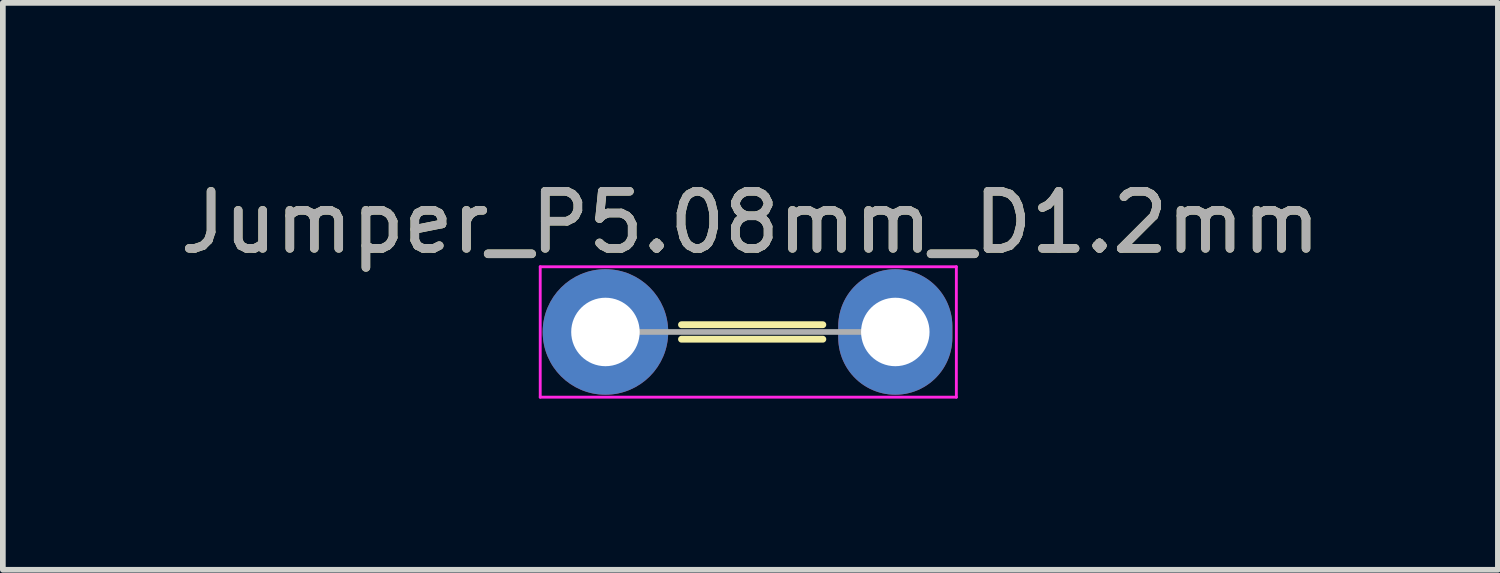
<source format=kicad_pcb>
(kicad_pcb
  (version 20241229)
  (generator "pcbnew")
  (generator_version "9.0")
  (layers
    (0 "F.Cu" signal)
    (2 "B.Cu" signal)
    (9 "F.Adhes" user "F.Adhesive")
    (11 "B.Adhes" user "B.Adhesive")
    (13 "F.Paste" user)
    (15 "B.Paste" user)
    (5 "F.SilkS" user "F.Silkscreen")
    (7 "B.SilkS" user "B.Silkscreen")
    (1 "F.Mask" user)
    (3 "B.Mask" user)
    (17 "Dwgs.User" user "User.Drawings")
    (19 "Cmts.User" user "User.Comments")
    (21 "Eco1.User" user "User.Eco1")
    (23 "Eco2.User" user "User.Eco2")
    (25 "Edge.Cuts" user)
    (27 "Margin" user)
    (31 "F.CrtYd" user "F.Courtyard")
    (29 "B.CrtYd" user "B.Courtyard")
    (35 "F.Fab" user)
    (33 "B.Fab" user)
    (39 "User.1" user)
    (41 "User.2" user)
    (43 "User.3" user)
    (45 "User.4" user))
  (footprint "Jumper_P5.08mm_D1.2mm"
    (layer "F.Cu")
    (at 7.561 2.768)
    (property "Reference" "Jumper_P5.08mm_D1.2mm" (at 2.54 -1.92 0) (layer "F.SilkS") (effects (font (size 1 1) (thickness 0.15))))
    (attr through_hole)
    (fp_line (start 1.333 -0.127) (end 3.81 -0.127) (stroke (width 0.12) (type solid)) (layer "F.SilkS"))
    (fp_line (start 1.333 0.127) (end 3.81 0.127) (stroke (width 0.12) (type solid)) (layer "F.SilkS"))
    (fp_line (start -1.143 -1.143) (end -1.143 1.143) (stroke (width 0.05) (type solid)) (layer "F.CrtYd"))
    (fp_line (start -1.143 1.143) (end 6.15 1.143) (stroke (width 0.05) (type solid)) (layer "F.CrtYd"))
    (fp_line (start 6.15 -1.143) (end -1.143 -1.143) (stroke (width 0.05) (type solid)) (layer "F.CrtYd"))
    (fp_line (start 6.15 1.143) (end 6.15 -1.143) (stroke (width 0.05) (type solid)) (layer "F.CrtYd"))
    (fp_line (start 0 0) (end 5.08 0) (stroke (width 0.1) (type solid)) (layer "F.Fab"))
    (fp_text user "${REFERENCE}" (at 2.54 -1.92 0) (layer "F.Fab") (effects (font (size 1 1) (thickness 0.15))))
    (pad "1" thru_hole circle (at 0 0) (size 2.2 2.2) (drill 1.2) (layers "*.Cu" "*.Mask"))
    (pad "2" thru_hole oval (at 5.08 0) (size 2 2.2) (drill 1.2) (layers "*.Cu" "*.Mask")))
  (gr_rect
    (start -3 -3)
    (end 23.202 6.936)
    (stroke (width 0.1) (type default))
    (fill no)
    (layer "Edge.Cuts")))
</source>
